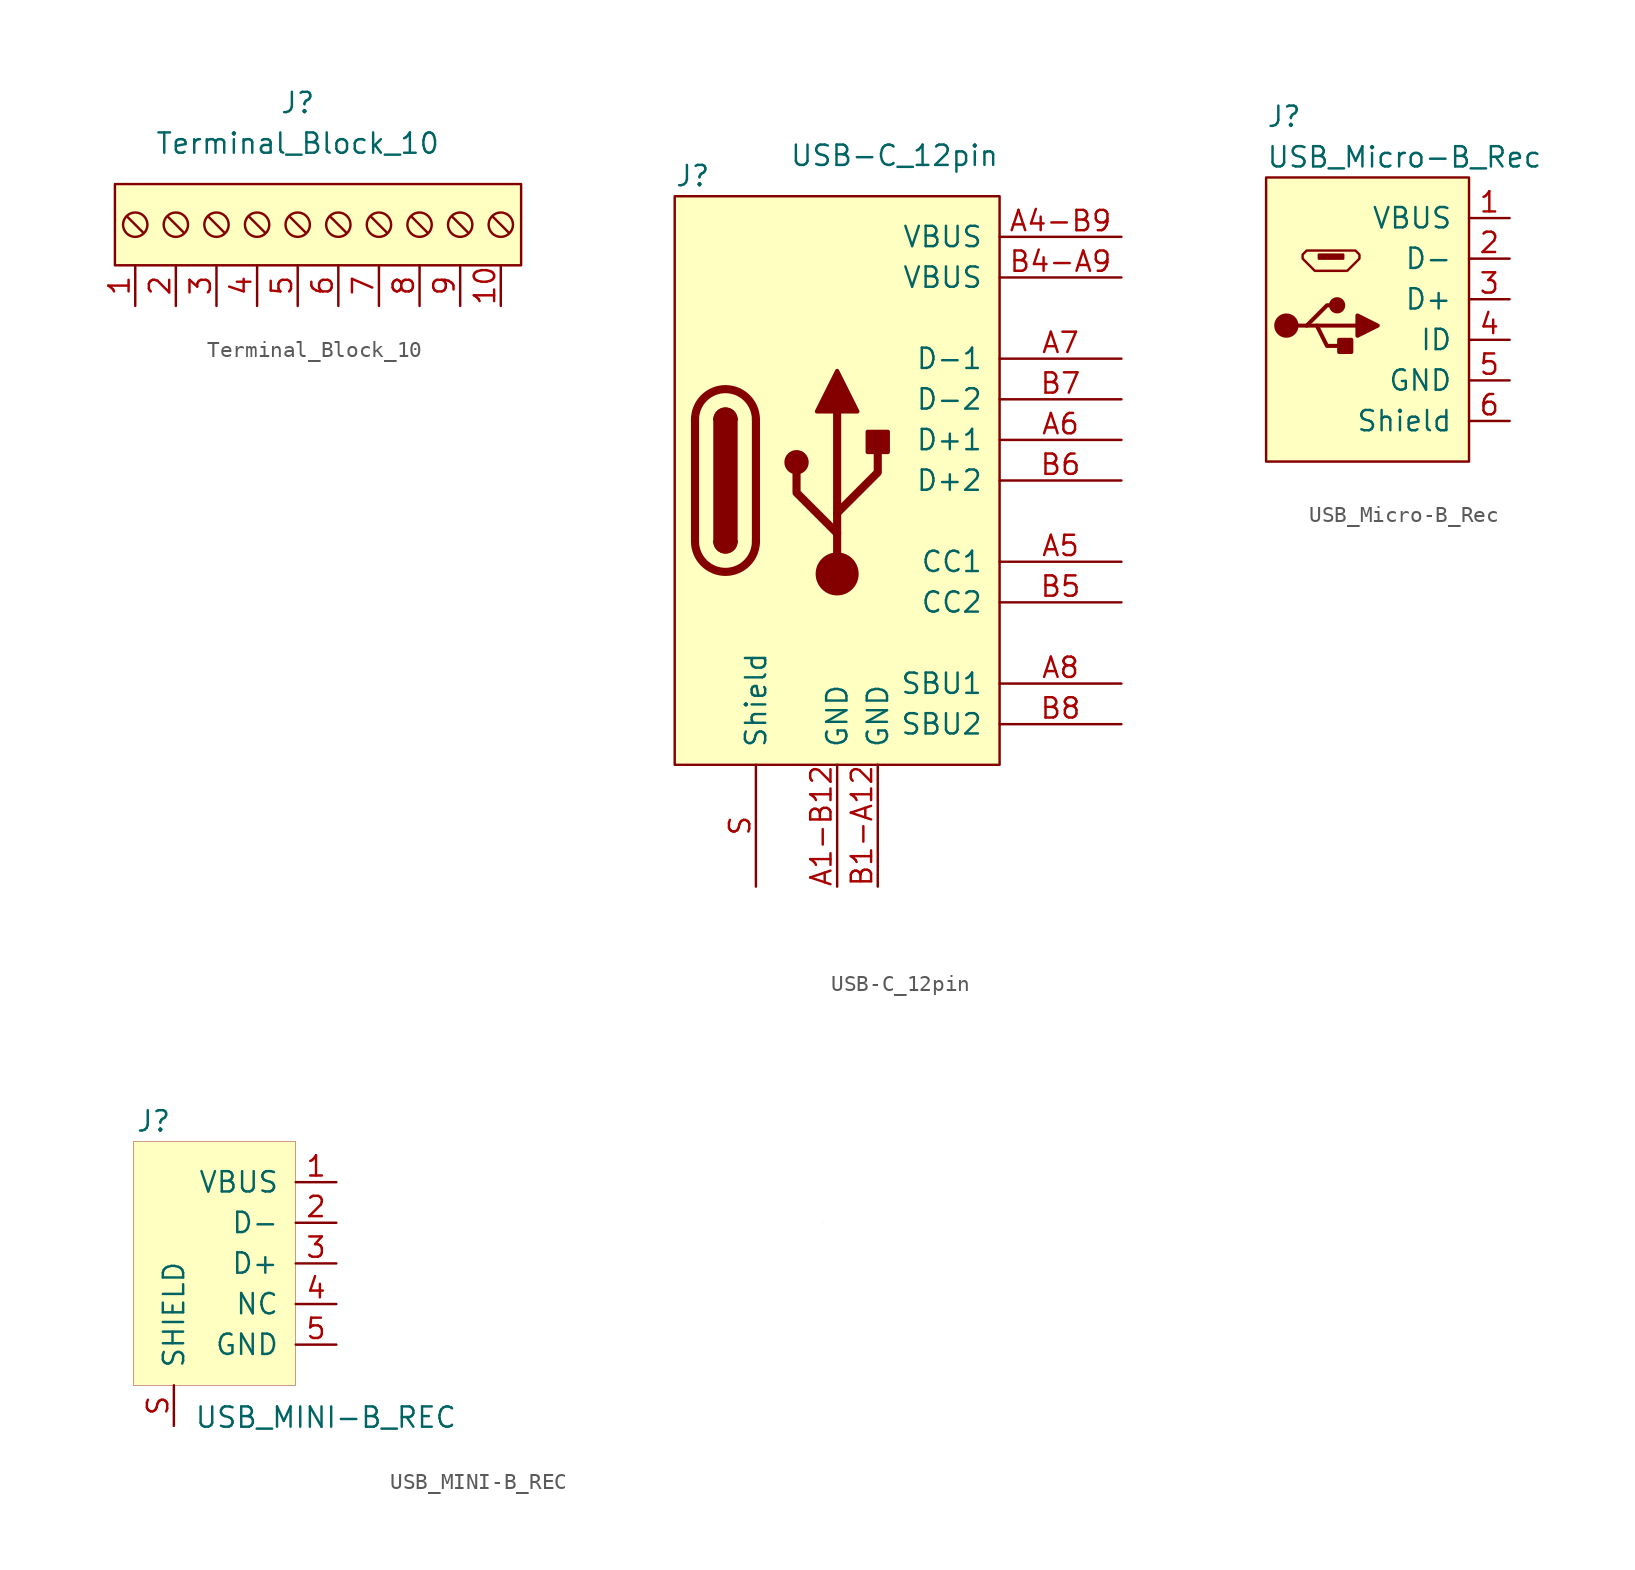
<source format=kicad_sym>
(kicad_symbol_lib
  (version 20220914)
  (generator kicad_symbol_editor)
  (symbol "Terminal_Block_10"
    (pin_names hide)
    (property "Reference" "J"
      (at 0 7.62 0)
      (effects (font (size 1.27 1.27))))
    (property "Value" "Terminal_Block_10"
      (at 0 5.08 0)
      (effects (font (size 1.27 1.27))))
    (symbol "Terminal_Block_10_0_0"
      (pin passive line (at -10.16 -5.08 90) (length 2.54) (name "~" (effects (font (size 1.27 1.27)))) (number "1" (effects (font (size 1.27 1.27)))))
      (pin passive line (at 12.7 -5.08 90) (length 2.54) (name "~" (effects (font (size 1.27 1.27)))) (number "10" (effects (font (size 1.27 1.27)))))
      (pin passive line (at -7.62 -5.08 90) (length 2.54) (name "~" (effects (font (size 1.27 1.27)))) (number "2" (effects (font (size 1.27 1.27)))))
      (pin passive line (at -5.08 -5.08 90) (length 2.54) (name "~" (effects (font (size 1.27 1.27)))) (number "3" (effects (font (size 1.27 1.27)))))
      (pin passive line (at -2.54 -5.08 90) (length 2.54) (name "~" (effects (font (size 1.27 1.27)))) (number "4" (effects (font (size 1.27 1.27)))))
      (pin passive line (at 0 -5.08 90) (length 2.54) (name "~" (effects (font (size 1.27 1.27)))) (number "5" (effects (font (size 1.27 1.27)))))
      (pin passive line (at 2.54 -5.08 90) (length 2.54) (name "~" (effects (font (size 1.27 1.27)))) (number "6" (effects (font (size 1.27 1.27)))))
      (pin passive line (at 5.08 -5.08 90) (length 2.54) (name "~" (effects (font (size 1.27 1.27)))) (number "7" (effects (font (size 1.27 1.27)))))
      (pin passive line (at 7.62 -5.08 90) (length 2.54) (name "~" (effects (font (size 1.27 1.27)))) (number "8" (effects (font (size 1.27 1.27)))))
      (pin passive line (at 10.16 -5.08 90) (length 2.54) (name "~" (effects (font (size 1.27 1.27)))) (number "9" (effects (font (size 1.27 1.27))))))
    (symbol "Terminal_Block_10_0_1"
      (rectangle (start -11.43 2.54) (end 13.97 -2.54) (stroke (width 0.152) (type default)) (fill (type background)))
      (circle (center -10.16 0) (radius 0.762) (stroke (width 0.152) (type default)) (fill (type none)))
      (circle (center -7.62 0) (radius 0.762) (stroke (width 0.152) (type default)) (fill (type none)))
      (circle (center -5.08 0) (radius 0.762) (stroke (width 0.152) (type default)) (fill (type none)))
      (circle (center -2.54 0) (radius 0.762) (stroke (width 0.152) (type default)) (fill (type none)))
      (polyline (pts (xy -10.668 0.508) (xy -9.652 -0.508)) (stroke (width 0.152) (type default)) (fill (type none)))
      (polyline (pts (xy -8.128 0.508) (xy -7.112 -0.508)) (stroke (width 0.152) (type default)) (fill (type none)))
      (polyline (pts (xy -5.588 0.508) (xy -4.572 -0.508)) (stroke (width 0.152) (type default)) (fill (type none)))
      (polyline (pts (xy -3.048 0.508) (xy -2.032 -0.508)) (stroke (width 0.152) (type default)) (fill (type none)))
      (polyline (pts (xy -0.508 0.508) (xy 0.508 -0.508)) (stroke (width 0.152) (type default)) (fill (type none)))
      (polyline (pts (xy 2.032 0.508) (xy 3.048 -0.508)) (stroke (width 0.152) (type default)) (fill (type none)))
      (polyline (pts (xy 4.572 0.508) (xy 5.588 -0.508)) (stroke (width 0.152) (type default)) (fill (type none)))
      (polyline (pts (xy 7.112 0.508) (xy 8.128 -0.508)) (stroke (width 0.152) (type default)) (fill (type none)))
      (polyline (pts (xy 9.652 0.508) (xy 10.668 -0.508)) (stroke (width 0.152) (type default)) (fill (type none)))
      (polyline (pts (xy 12.192 0.508) (xy 13.208 -0.508)) (stroke (width 0.152) (type default)) (fill (type none)))
      (circle (center 0 0) (radius 0.762) (stroke (width 0.152) (type default)) (fill (type none)))
      (circle (center 2.54 0) (radius 0.762) (stroke (width 0.152) (type default)) (fill (type none)))
      (circle (center 5.08 0) (radius 0.762) (stroke (width 0.152) (type default)) (fill (type none)))
      (circle (center 7.62 0) (radius 0.762) (stroke (width 0.152) (type default)) (fill (type none)))
      (circle (center 10.16 0) (radius 0.762) (stroke (width 0.152) (type default)) (fill (type none)))
      (circle (center 12.7 0) (radius 0.762) (stroke (width 0.152) (type default)) (fill (type none)))))
  (symbol "USB-C_12pin"
    (pin_names
      (offset 1.016))
    (property "Reference" "J"
      (at -10.16 19.05 0)
      (effects (font (size 1.27 1.27)) (justify left)))
    (property "Value" "USB-C_12pin"
      (at 10.16 20.32 0)
      (effects (font (size 1.27 1.27)) (justify right)))
    (symbol "USB-C_12pin_0_1"
      (rectangle (start -10.16 17.78) (end 10.16 -17.78) (stroke (width 0.152) (type default)) (fill (type background)))
      (arc (start -8.89 -3.81) (mid -6.985 -5.7067) (end -5.08 -3.81) (stroke (width 0.508) (type default)) (fill (type none)))
      (arc (start -7.62 -3.81) (mid -6.985 -4.4423) (end -6.35 -3.81) (stroke (width 0.254) (type default)) (fill (type none)))
      (arc (start -7.62 -3.81) (mid -6.985 -4.4423) (end -6.35 -3.81) (stroke (width 0.254) (type default)) (fill (type outline)))
      (rectangle (start -7.62 -3.81) (end -6.35 3.81) (stroke (width 0.254) (type default)) (fill (type outline)))
      (arc (start -6.35 3.81) (mid -6.985 4.4423) (end -7.62 3.81) (stroke (width 0.254) (type default)) (fill (type none)))
      (arc (start -6.35 3.81) (mid -6.985 4.4423) (end -7.62 3.81) (stroke (width 0.254) (type default)) (fill (type outline)))
      (arc (start -5.08 3.81) (mid -6.985 5.7067) (end -8.89 3.81) (stroke (width 0.508) (type default)) (fill (type none)))
      (circle (center -2.54 1.143) (radius 0.635) (stroke (width 0.254) (type default)) (fill (type outline)))
      (circle (center 0 -5.842) (radius 1.27) (stroke (width 0) (type default)) (fill (type outline)))
      (polyline (pts (xy -8.89 -3.81) (xy -8.89 3.81)) (stroke (width 0.508) (type default)) (fill (type none)))
      (polyline (pts (xy -5.08 3.81) (xy -5.08 -3.81)) (stroke (width 0.508) (type default)) (fill (type none)))
      (polyline (pts (xy 0 -5.842) (xy 0 4.318)) (stroke (width 0.508) (type default)) (fill (type none)))
      (polyline (pts (xy 0 -3.302) (xy -2.54 -0.762) (xy -2.54 0.508)) (stroke (width 0.508) (type default)) (fill (type none)))
      (polyline (pts (xy 0 -2.032) (xy 2.54 0.508) (xy 2.54 1.778)) (stroke (width 0.508) (type default)) (fill (type none)))
      (polyline (pts (xy -1.27 4.318) (xy 0 6.858) (xy 1.27 4.318) (xy -1.27 4.318)) (stroke (width 0.254) (type default)) (fill (type outline)))
      (rectangle (start 1.905 1.778) (end 3.175 3.048) (stroke (width 0.254) (type default)) (fill (type outline))))
    (symbol "USB-C_12pin_1_1"
      (pin passive line (at 0 -25.4 90) (length 7.62) (name "GND" (effects (font (size 1.27 1.27)))) (number "A1-B12" (effects (font (size 1.27 1.27)))))
      (pin passive line (at 17.78 15.24 180) (length 7.62) (name "VBUS" (effects (font (size 1.27 1.27)))) (number "A4-B9" (effects (font (size 1.27 1.27)))))
      (pin bidirectional line (at 17.78 -5.08 180) (length 7.62) (name "CC1" (effects (font (size 1.27 1.27)))) (number "A5" (effects (font (size 1.27 1.27)))))
      (pin bidirectional line (at 17.78 2.54 180) (length 7.62) (name "D+1" (effects (font (size 1.27 1.27)))) (number "A6" (effects (font (size 1.27 1.27)))))
      (pin bidirectional line (at 17.78 7.62 180) (length 7.62) (name "D-1" (effects (font (size 1.27 1.27)))) (number "A7" (effects (font (size 1.27 1.27)))))
      (pin bidirectional line (at 17.78 -12.7 180) (length 7.62) (name "SBU1" (effects (font (size 1.27 1.27)))) (number "A8" (effects (font (size 1.27 1.27)))))
      (pin passive line (at 2.54 -25.4 90) (length 7.62) (name "GND" (effects (font (size 1.27 1.27)))) (number "B1-A12" (effects (font (size 1.27 1.27)))))
      (pin passive line (at 17.78 12.7 180) (length 7.62) (name "VBUS" (effects (font (size 1.27 1.27)))) (number "B4-A9" (effects (font (size 1.27 1.27)))))
      (pin bidirectional line (at 17.78 -7.62 180) (length 7.62) (name "CC2" (effects (font (size 1.27 1.27)))) (number "B5" (effects (font (size 1.27 1.27)))))
      (pin bidirectional line (at 17.78 0 180) (length 7.62) (name "D+2" (effects (font (size 1.27 1.27)))) (number "B6" (effects (font (size 1.27 1.27)))))
      (pin bidirectional line (at 17.78 5.08 180) (length 7.62) (name "D-2" (effects (font (size 1.27 1.27)))) (number "B7" (effects (font (size 1.27 1.27)))))
      (pin bidirectional line (at 17.78 -15.24 180) (length 7.62) (name "SBU2" (effects (font (size 1.27 1.27)))) (number "B8" (effects (font (size 1.27 1.27)))))
      (pin passive line (at -5.08 -25.4 90) (length 7.62) (name "Shield" (effects (font (size 1.27 1.27)))) (number "S" (effects (font (size 1.27 1.27)))))))
  (symbol "USB_Micro-B_Rec"
    (pin_names
      (offset 1.016))
    (property "Reference" "J"
      (at -7.62 11.43 0)
      (effects (font (size 1.27 1.27)) (justify left)))
    (property "Value" "USB_Micro-B_Rec"
      (at -7.62 8.89 0)
      (effects (font (size 1.27 1.27)) (justify left)))
    (symbol "USB_Micro-B_Rec_0_1"
      (rectangle (start -7.62 -10.16) (end 5.08 7.62) (stroke (width 0.152) (type default)) (fill (type background)))
      (circle (center -6.35 -1.651) (radius 0.635) (stroke (width 0.254) (type default)) (fill (type outline)))
      (rectangle (start -4.318 2.794) (end -2.794 2.54) (stroke (width 0.152) (type default)) (fill (type outline)))
      (circle (center -3.175 -0.381) (radius 0.381) (stroke (width 0.254) (type default)) (fill (type outline)))
      (rectangle (start -2.286 -2.54) (end -3.048 -3.302) (stroke (width 0.254) (type default)) (fill (type outline)))
      (polyline (pts (xy -4.445 -1.651) (xy -1.905 -1.651)) (stroke (width 0.254) (type default)) (fill (type none)))
      (polyline (pts (xy -5.715 -1.651) (xy -5.08 -1.651) (xy -3.81 -0.381) (xy -3.175 -0.381)) (stroke (width 0.254) (type default)) (fill (type none)))
      (polyline (pts (xy -5.08 -1.651) (xy -4.445 -1.651) (xy -3.81 -2.921) (xy -2.54 -2.921)) (stroke (width 0.254) (type default)) (fill (type none)))
      (polyline (pts (xy -1.905 -1.016) (xy -1.905 -2.286) (xy -0.635 -1.651) (xy -1.905 -1.016)) (stroke (width 0.254) (type default)) (fill (type outline)))
      (polyline (pts (xy -5.08 3.048) (xy -5.334 2.794) (xy -5.334 2.54) (xy -4.572 1.778) (xy -2.54 1.778) (xy -1.778 2.54) (xy -1.778 2.794) (xy -2.032 3.048) (xy -5.08 3.048)) (stroke (width 0) (type default)) (fill (type none))))
    (symbol "USB_Micro-B_Rec_1_1"
      (pin power_out line (at 7.62 5.08 180) (length 2.54) (name "VBUS" (effects (font (size 1.27 1.27)))) (number "1" (effects (font (size 1.27 1.27)))))
      (pin passive line (at 7.62 2.54 180) (length 2.54) (name "D-" (effects (font (size 1.27 1.27)))) (number "2" (effects (font (size 1.27 1.27)))))
      (pin passive line (at 7.62 0 180) (length 2.54) (name "D+" (effects (font (size 1.27 1.27)))) (number "3" (effects (font (size 1.27 1.27)))))
      (pin passive line (at 7.62 -2.54 180) (length 2.54) (name "ID" (effects (font (size 1.27 1.27)))) (number "4" (effects (font (size 1.27 1.27)))))
      (pin power_in line (at 7.62 -5.08 180) (length 2.54) (name "GND" (effects (font (size 1.27 1.27)))) (number "5" (effects (font (size 1.27 1.27)))))
      (pin passive line (at 7.62 -7.62 180) (length 2.54) (name "Shield" (effects (font (size 1.27 1.27)))) (number "6" (effects (font (size 1.27 1.27)))))))
  (symbol "USB_MINI-B_REC"
    (pin_names
      (offset 1.016))
    (property "Reference" "J"
      (at -6.35 8.89 0)
      (effects (font (size 1.27 1.27))))
    (property "Value" "USB_MINI-B_REC"
      (at -3.81 -8.89 0)
      (effects (font (size 1.27 1.27)) (justify left top)))
    (symbol "USB_MINI-B_REC_1_1"
      (rectangle (start 2.54 7.62) (end -7.62 -7.62) (stroke (width 0.025) (type default)) (fill (type background)))
      (rectangle (start 35.56 2.54) (end 35.56 2.54) (stroke (width 0.025) (type default)) (fill (type none)))
      (pin power_in line (at 5.08 5.08 180) (length 2.54) (name "VBUS" (effects (font (size 1.27 1.27)))) (number "1" (effects (font (size 1.27 1.27)))))
      (pin bidirectional line (at 5.08 2.54 180) (length 2.54) (name "D-" (effects (font (size 1.27 1.27)))) (number "2" (effects (font (size 1.27 1.27)))))
      (pin bidirectional line (at 5.08 0 180) (length 2.54) (name "D+" (effects (font (size 1.27 1.27)))) (number "3" (effects (font (size 1.27 1.27)))))
      (pin passive line (at 5.08 -2.54 180) (length 2.54) (name "NC" (effects (font (size 1.27 1.27)))) (number "4" (effects (font (size 1.27 1.27)))))
      (pin power_in line (at 5.08 -5.08 180) (length 2.54) (name "GND" (effects (font (size 1.27 1.27)))) (number "5" (effects (font (size 1.27 1.27)))))
      (pin input line (at -5.08 -10.16 90) (length 2.54) (name "SHIELD" (effects (font (size 1.27 1.27)))) (number "S" (effects (font (size 1.27 1.27))))))))
</source>
